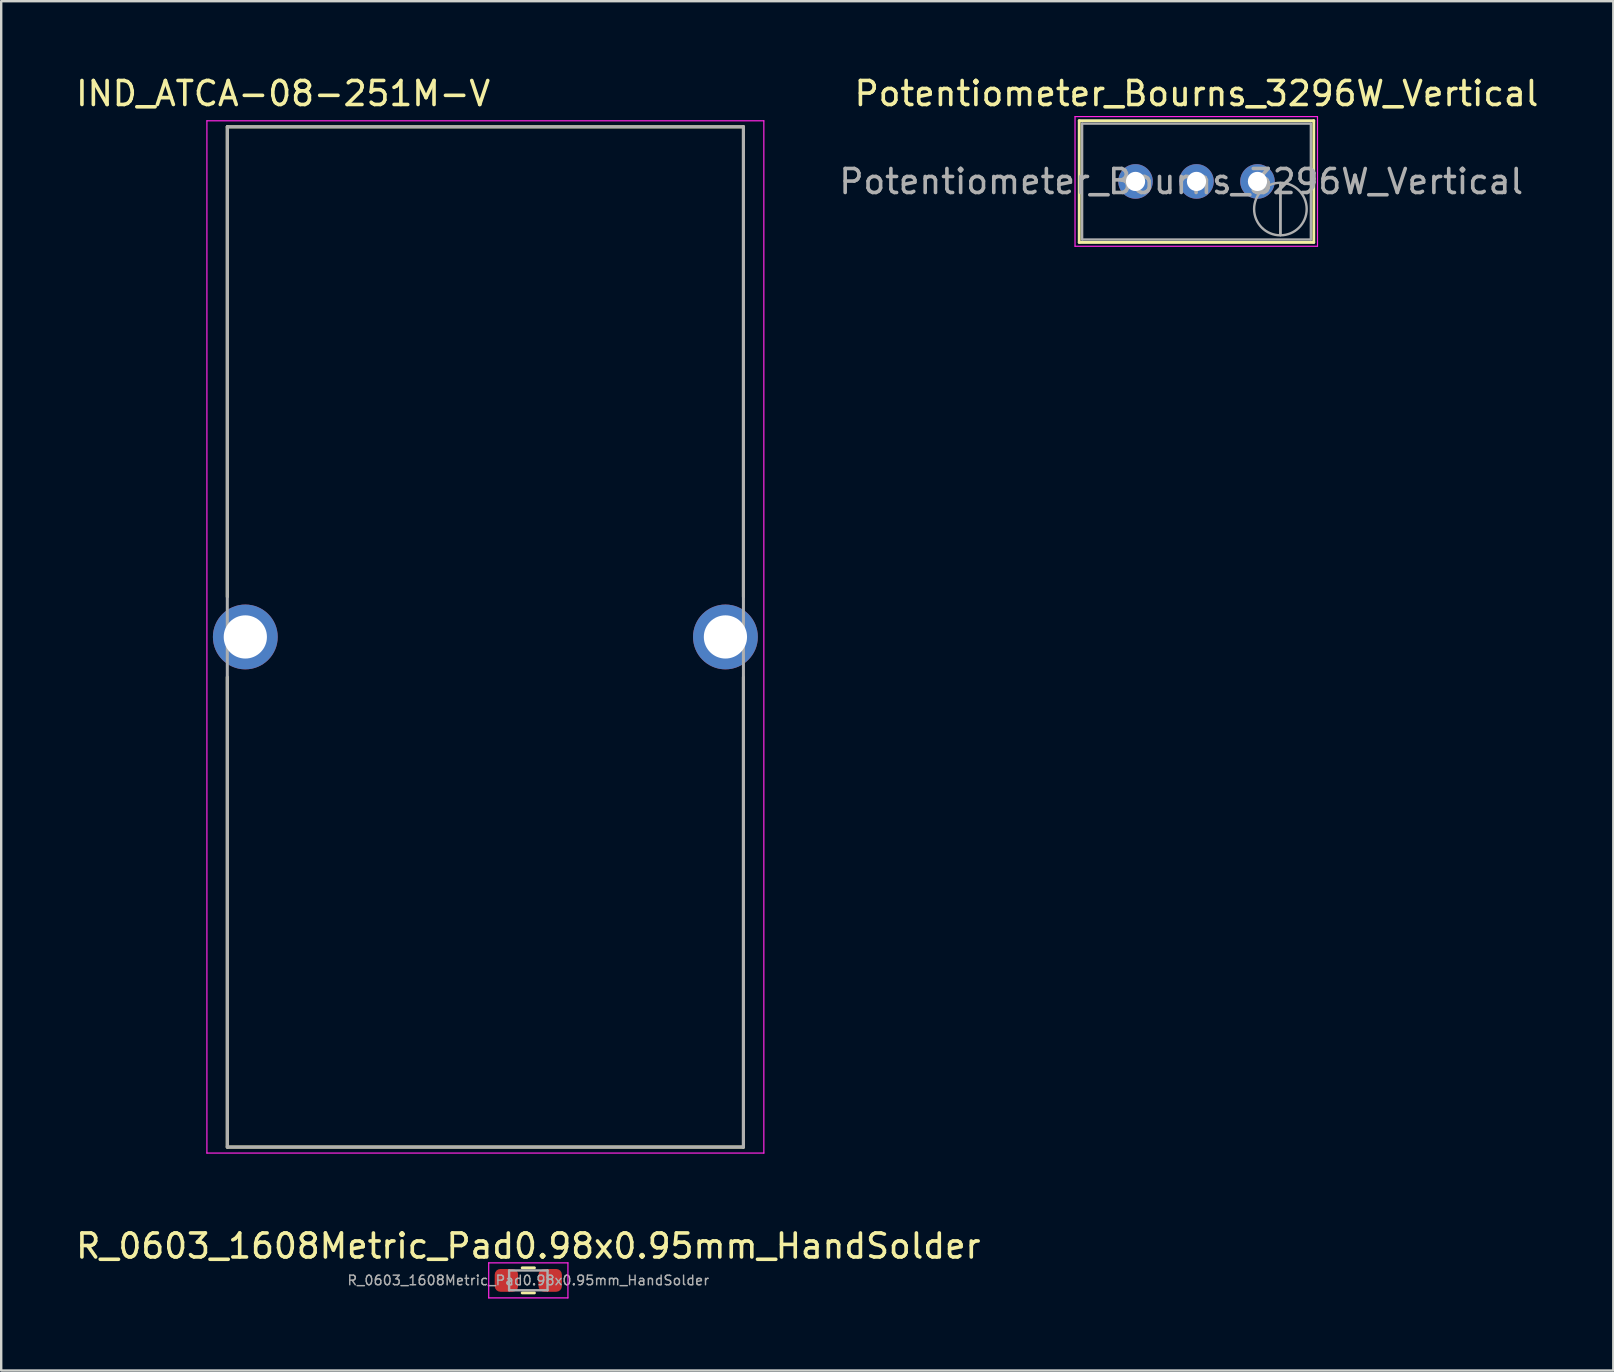
<source format=kicad_pcb>
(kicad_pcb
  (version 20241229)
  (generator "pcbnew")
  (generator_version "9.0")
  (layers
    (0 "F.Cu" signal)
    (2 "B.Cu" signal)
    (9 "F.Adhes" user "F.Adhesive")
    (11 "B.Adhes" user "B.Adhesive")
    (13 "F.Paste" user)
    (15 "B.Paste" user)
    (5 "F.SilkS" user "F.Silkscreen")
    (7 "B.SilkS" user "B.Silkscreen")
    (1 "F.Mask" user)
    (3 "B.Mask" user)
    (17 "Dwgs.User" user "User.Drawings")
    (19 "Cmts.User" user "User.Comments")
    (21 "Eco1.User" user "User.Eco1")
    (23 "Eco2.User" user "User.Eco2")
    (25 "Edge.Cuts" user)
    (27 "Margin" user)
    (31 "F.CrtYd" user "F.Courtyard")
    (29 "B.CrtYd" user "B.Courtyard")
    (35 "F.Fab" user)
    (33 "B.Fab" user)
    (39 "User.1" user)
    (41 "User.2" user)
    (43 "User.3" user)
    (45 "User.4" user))
  (footprint "Potentiometer_Bourns_3296W_Vertical"
    (layer "F.Cu")
    (at 49.332 4.508)
    (property "Reference" "Potentiometer_Bourns_3296W_Vertical" (at -2.54 -3.66 0) (layer "F.SilkS") (effects (font (size 1 1) (thickness 0.15))))
    (attr through_hole)
    (fp_line (start -7.425 -2.53) (end -7.425 2.54) (stroke (width 0.12) (type solid)) (layer "F.SilkS"))
    (fp_line (start -7.425 -2.53) (end 2.345 -2.53) (stroke (width 0.12) (type solid)) (layer "F.SilkS"))
    (fp_line (start -7.425 2.54) (end 2.345 2.54) (stroke (width 0.12) (type solid)) (layer "F.SilkS"))
    (fp_line (start 2.345 -2.53) (end 2.345 2.54) (stroke (width 0.12) (type solid)) (layer "F.SilkS"))
    (fp_line (start -7.6 -2.7) (end -7.6 2.7) (stroke (width 0.05) (type solid)) (layer "F.CrtYd"))
    (fp_line (start -7.6 2.7) (end 2.5 2.7) (stroke (width 0.05) (type solid)) (layer "F.CrtYd"))
    (fp_line (start 2.5 -2.7) (end -7.6 -2.7) (stroke (width 0.05) (type solid)) (layer "F.CrtYd"))
    (fp_line (start 2.5 2.7) (end 2.5 -2.7) (stroke (width 0.05) (type solid)) (layer "F.CrtYd"))
    (fp_line (start -7.305 -2.41) (end -7.305 2.42) (stroke (width 0.1) (type solid)) (layer "F.Fab"))
    (fp_line (start -7.305 2.42) (end 2.225 2.42) (stroke (width 0.1) (type solid)) (layer "F.Fab"))
    (fp_line (start 0.955 2.235) (end 0.956 0.066) (stroke (width 0.1) (type solid)) (layer "F.Fab"))
    (fp_line (start 0.955 2.235) (end 0.956 0.066) (stroke (width 0.1) (type solid)) (layer "F.Fab"))
    (fp_line (start 2.225 -2.41) (end -7.305 -2.41) (stroke (width 0.1) (type solid)) (layer "F.Fab"))
    (fp_line (start 2.225 2.42) (end 2.225 -2.41) (stroke (width 0.1) (type solid)) (layer "F.Fab"))
    (fp_circle (center 0.955 1.15) (end 2.05 1.15) (stroke (width 0.1) (type solid)) (fill no) (layer "F.Fab"))
    (fp_text user "${REFERENCE}" (at -3.175 0.005 0) (layer "F.Fab") (effects (font (size 1 1) (thickness 0.15))))
    (pad "1" thru_hole circle (at 0 0) (size 1.44 1.44) (drill 0.8) (layers "*.Cu" "*.Mask"))
    (pad "2" thru_hole circle (at -2.54 0) (size 1.44 1.44) (drill 0.8) (layers "*.Cu" "*.Mask"))
    (pad "3" thru_hole circle (at -5.08 0) (size 1.44 1.44) (drill 0.8) (layers "*.Cu" "*.Mask")))
  (footprint "R_0603_1608Metric_Pad0.98x0.95mm_HandSolder"
    (layer "F.Cu")
    (at 18.958 50.286)
    (property "Reference" "R_0603_1608Metric_Pad0.98x0.95mm_HandSolder" (at 0 -1.43 0) (layer "F.SilkS") (effects (font (size 1 1) (thickness 0.15))))
    (attr smd)
    (fp_line (start -0.255 -0.522) (end 0.255 -0.522) (stroke (width 0.12) (type solid)) (layer "F.SilkS"))
    (fp_line (start -0.255 0.522) (end 0.255 0.522) (stroke (width 0.12) (type solid)) (layer "F.SilkS"))
    (fp_line (start -1.65 -0.73) (end 1.65 -0.73) (stroke (width 0.05) (type solid)) (layer "F.CrtYd"))
    (fp_line (start -1.65 0.73) (end -1.65 -0.73) (stroke (width 0.05) (type solid)) (layer "F.CrtYd"))
    (fp_line (start 1.65 -0.73) (end 1.65 0.73) (stroke (width 0.05) (type solid)) (layer "F.CrtYd"))
    (fp_line (start 1.65 0.73) (end -1.65 0.73) (stroke (width 0.05) (type solid)) (layer "F.CrtYd"))
    (fp_line (start -0.8 -0.412) (end 0.8 -0.412) (stroke (width 0.1) (type solid)) (layer "F.Fab"))
    (fp_line (start -0.8 0.412) (end -0.8 -0.412) (stroke (width 0.1) (type solid)) (layer "F.Fab"))
    (fp_line (start 0.8 -0.412) (end 0.8 0.412) (stroke (width 0.1) (type solid)) (layer "F.Fab"))
    (fp_line (start 0.8 0.412) (end -0.8 0.412) (stroke (width 0.1) (type solid)) (layer "F.Fab"))
    (fp_text user "${REFERENCE}" (at 0 0 0) (layer "F.Fab") (effects (font (size 0.4 0.4) (thickness 0.06))))
    (pad "1" smd roundrect (at -0.912 0) (size 0.975 0.95) (layers "F.Cu" "F.Mask" "F.Paste") (roundrect_rratio 0.25))
    (pad "2" smd roundrect (at 0.912 0) (size 0.975 0.95) (layers "F.Cu" "F.Mask" "F.Paste") (roundrect_rratio 0.25)))
  (footprint "IND_ATCA-08-251M-V"
    (layer "F.Cu")
    (at 17.169 23.483)
    (property "Reference" "IND_ATCA-08-251M-V" (at -8.425 -22.635 0) (layer "F.SilkS") (effects (font (size 1 1) (thickness 0.15))))
    (attr through_hole)
    (fp_line (start -10.75 -21.25) (end 10.75 -21.25) (stroke (width 0.127) (type solid)) (layer "F.SilkS"))
    (fp_line (start -10.75 -1.67) (end -10.75 -21.25) (stroke (width 0.127) (type solid)) (layer "F.SilkS"))
    (fp_line (start -10.75 21.25) (end -10.75 1.67) (stroke (width 0.127) (type solid)) (layer "F.SilkS"))
    (fp_line (start 10.75 -21.25) (end 10.75 -1.67) (stroke (width 0.127) (type solid)) (layer "F.SilkS"))
    (fp_line (start 10.75 21.25) (end -10.75 21.25) (stroke (width 0.127) (type solid)) (layer "F.SilkS"))
    (fp_line (start 10.75 21.25) (end 10.75 1.67) (stroke (width 0.127) (type solid)) (layer "F.SilkS"))
    (fp_line (start -11.6 -21.5) (end -11.6 21.5) (stroke (width 0.05) (type solid)) (layer "F.CrtYd"))
    (fp_line (start -11.6 21.5) (end 11.6 21.5) (stroke (width 0.05) (type solid)) (layer "F.CrtYd"))
    (fp_line (start 11.6 -21.5) (end -11.6 -21.5) (stroke (width 0.05) (type solid)) (layer "F.CrtYd"))
    (fp_line (start 11.6 21.5) (end 11.6 -21.5) (stroke (width 0.05) (type solid)) (layer "F.CrtYd"))
    (fp_line (start -10.75 -21.25) (end 10.75 -21.25) (stroke (width 0.127) (type solid)) (layer "F.Fab"))
    (fp_line (start -10.75 21.25) (end -10.75 -21.25) (stroke (width 0.127) (type solid)) (layer "F.Fab"))
    (fp_line (start 10.75 -21.25) (end 10.75 21.25) (stroke (width 0.127) (type solid)) (layer "F.Fab"))
    (fp_line (start 10.75 21.25) (end -10.75 21.25) (stroke (width 0.127) (type solid)) (layer "F.Fab"))
    (pad "1" thru_hole circle (at -10 0) (size 2.7 2.7) (drill 1.8) (layers "*.Cu" "*.Mask"))
    (pad "2" thru_hole circle (at 10 0) (size 2.7 2.7) (drill 1.8) (layers "*.Cu" "*.Mask")))
  (gr_rect
    (start -3 -3)
    (end 64.155 54.041)
    (stroke (width 0.1) (type default))
    (fill no)
    (layer "Edge.Cuts")))
</source>
